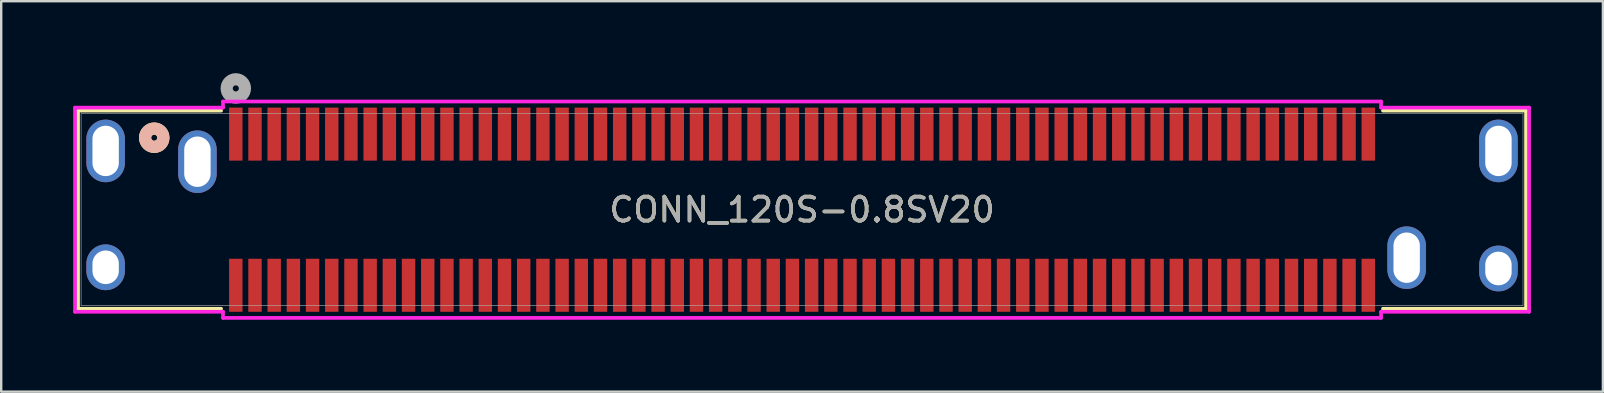
<source format=kicad_pcb>
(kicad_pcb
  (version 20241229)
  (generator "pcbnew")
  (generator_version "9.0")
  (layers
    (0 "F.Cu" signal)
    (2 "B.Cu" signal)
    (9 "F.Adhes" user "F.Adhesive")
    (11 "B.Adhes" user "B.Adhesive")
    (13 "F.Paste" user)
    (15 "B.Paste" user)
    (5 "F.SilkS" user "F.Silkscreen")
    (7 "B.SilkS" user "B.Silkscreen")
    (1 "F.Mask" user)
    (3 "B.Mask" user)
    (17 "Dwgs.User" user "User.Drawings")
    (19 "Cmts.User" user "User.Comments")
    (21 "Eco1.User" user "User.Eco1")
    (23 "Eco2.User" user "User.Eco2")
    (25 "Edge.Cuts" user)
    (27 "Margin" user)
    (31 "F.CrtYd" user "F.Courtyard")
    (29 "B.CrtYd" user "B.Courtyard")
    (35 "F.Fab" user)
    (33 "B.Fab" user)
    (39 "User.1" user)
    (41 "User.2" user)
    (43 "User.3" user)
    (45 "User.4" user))
  (footprint "CONN_120S-0.8SV20"
    (layer "F.Cu")
    (at 30.378 5.69)
    (property "Reference" "CONN_120S-0.8SV20" (at 0 0 0) (unlocked yes) (layer "F.SilkS") (effects (font (size 1 1) (thickness 0.15))))
    (attr smd)
    (fp_line (start -30.175 -4.128) (end -30.175 4.128) (stroke (width 0.152) (type solid)) (layer "F.SilkS"))
    (fp_line (start -30.175 4.128) (end -24.212 4.128) (stroke (width 0.152) (type solid)) (layer "F.SilkS"))
    (fp_line (start -24.212 -4.128) (end -30.175 -4.128) (stroke (width 0.152) (type solid)) (layer "F.SilkS"))
    (fp_line (start 24.212 4.128) (end 30.175 4.128) (stroke (width 0.152) (type solid)) (layer "F.SilkS"))
    (fp_line (start 30.175 -4.128) (end 24.212 -4.128) (stroke (width 0.152) (type solid)) (layer "F.SilkS"))
    (fp_line (start 30.175 4.128) (end 30.175 -4.128) (stroke (width 0.152) (type solid)) (layer "F.SilkS"))
    (fp_circle (center -27 -3) (end -26.619 -3) (stroke (width 0.508) (type solid)) (fill no) (layer "F.SilkS"))
    (fp_circle (center -27 -3) (end -26.619 -3) (stroke (width 0.508) (type solid)) (fill no) (layer "B.SilkS"))
    (fp_line (start -30.302 -4.255) (end -30.302 4.255) (stroke (width 0.152) (type solid)) (layer "F.CrtYd"))
    (fp_line (start -30.302 4.255) (end -24.133 4.255) (stroke (width 0.152) (type solid)) (layer "F.CrtYd"))
    (fp_line (start -24.133 -4.509) (end -24.133 -4.255) (stroke (width 0.152) (type solid)) (layer "F.CrtYd"))
    (fp_line (start -24.133 -4.255) (end -30.302 -4.255) (stroke (width 0.152) (type solid)) (layer "F.CrtYd"))
    (fp_line (start -24.133 4.255) (end -24.133 4.509) (stroke (width 0.152) (type solid)) (layer "F.CrtYd"))
    (fp_line (start -24.133 4.509) (end 24.133 4.509) (stroke (width 0.152) (type solid)) (layer "F.CrtYd"))
    (fp_line (start 24.133 -4.509) (end -24.133 -4.509) (stroke (width 0.152) (type solid)) (layer "F.CrtYd"))
    (fp_line (start 24.133 -4.255) (end 24.133 -4.509) (stroke (width 0.152) (type solid)) (layer "F.CrtYd"))
    (fp_line (start 24.133 4.255) (end 30.302 4.255) (stroke (width 0.152) (type solid)) (layer "F.CrtYd"))
    (fp_line (start 24.133 4.509) (end 24.133 4.255) (stroke (width 0.152) (type solid)) (layer "F.CrtYd"))
    (fp_line (start 30.302 -4.255) (end 24.133 -4.255) (stroke (width 0.152) (type solid)) (layer "F.CrtYd"))
    (fp_line (start 30.302 4.255) (end 30.302 -4.255) (stroke (width 0.152) (type solid)) (layer "F.CrtYd"))
    (fp_line (start -30.048 -4) (end -30.048 4) (stroke (width 0.025) (type solid)) (layer "F.Fab"))
    (fp_line (start -30.048 4) (end 30.048 4) (stroke (width 0.025) (type solid)) (layer "F.Fab"))
    (fp_line (start 30.048 -4) (end -30.048 -4) (stroke (width 0.025) (type solid)) (layer "F.Fab"))
    (fp_line (start 30.048 4) (end 30.048 -4) (stroke (width 0.025) (type solid)) (layer "F.Fab"))
    (fp_circle (center -23.6 -5.055) (end -23.219 -5.055) (stroke (width 0.508) (type solid)) (fill no) (layer "F.Fab"))
    (fp_text user "${REFERENCE}" (at 0 0 0) (unlocked yes) (layer "F.Fab") (effects (font (size 1 1) (thickness 0.15))))
    (pad "1" smd rect (at -23.6 -3.15) (size 0.559 2.21) (layers "F.Cu" "F.Mask" "F.Paste"))
    (pad "2" smd rect (at -22.8 -3.15) (size 0.559 2.21) (layers "F.Cu" "F.Mask" "F.Paste"))
    (pad "3" smd rect (at -22 -3.15) (size 0.559 2.21) (layers "F.Cu" "F.Mask" "F.Paste"))
    (pad "4" smd rect (at -21.2 -3.15) (size 0.559 2.21) (layers "F.Cu" "F.Mask" "F.Paste"))
    (pad "5" smd rect (at -20.4 -3.15) (size 0.559 2.21) (layers "F.Cu" "F.Mask" "F.Paste"))
    (pad "6" smd rect (at -19.6 -3.15) (size 0.559 2.21) (layers "F.Cu" "F.Mask" "F.Paste"))
    (pad "7" smd rect (at -18.8 -3.15) (size 0.559 2.21) (layers "F.Cu" "F.Mask" "F.Paste"))
    (pad "8" smd rect (at -18 -3.15) (size 0.559 2.21) (layers "F.Cu" "F.Mask" "F.Paste"))
    (pad "9" smd rect (at -17.2 -3.15) (size 0.559 2.21) (layers "F.Cu" "F.Mask" "F.Paste"))
    (pad "10" smd rect (at -16.4 -3.15) (size 0.559 2.21) (layers "F.Cu" "F.Mask" "F.Paste"))
    (pad "11" smd rect (at -15.6 -3.15) (size 0.559 2.21) (layers "F.Cu" "F.Mask" "F.Paste"))
    (pad "12" smd rect (at -14.8 -3.15) (size 0.559 2.21) (layers "F.Cu" "F.Mask" "F.Paste"))
    (pad "13" smd rect (at -14 -3.15) (size 0.559 2.21) (layers "F.Cu" "F.Mask" "F.Paste"))
    (pad "14" smd rect (at -13.2 -3.15) (size 0.559 2.21) (layers "F.Cu" "F.Mask" "F.Paste"))
    (pad "15" smd rect (at -12.4 -3.15) (size 0.559 2.21) (layers "F.Cu" "F.Mask" "F.Paste"))
    (pad "16" smd rect (at -11.6 -3.15) (size 0.559 2.21) (layers "F.Cu" "F.Mask" "F.Paste"))
    (pad "17" smd rect (at -10.8 -3.15) (size 0.559 2.21) (layers "F.Cu" "F.Mask" "F.Paste"))
    (pad "18" smd rect (at -10 -3.15) (size 0.559 2.21) (layers "F.Cu" "F.Mask" "F.Paste"))
    (pad "19" smd rect (at -9.2 -3.15) (size 0.559 2.21) (layers "F.Cu" "F.Mask" "F.Paste"))
    (pad "20" smd rect (at -8.4 -3.15) (size 0.559 2.21) (layers "F.Cu" "F.Mask" "F.Paste"))
    (pad "21" smd rect (at -7.6 -3.15) (size 0.559 2.21) (layers "F.Cu" "F.Mask" "F.Paste"))
    (pad "22" smd rect (at -6.8 -3.15) (size 0.559 2.21) (layers "F.Cu" "F.Mask" "F.Paste"))
    (pad "23" smd rect (at -6 -3.15) (size 0.559 2.21) (layers "F.Cu" "F.Mask" "F.Paste"))
    (pad "24" smd rect (at -5.2 -3.15) (size 0.559 2.21) (layers "F.Cu" "F.Mask" "F.Paste"))
    (pad "25" smd rect (at -4.4 -3.15) (size 0.559 2.21) (layers "F.Cu" "F.Mask" "F.Paste"))
    (pad "26" smd rect (at -3.6 -3.15) (size 0.559 2.21) (layers "F.Cu" "F.Mask" "F.Paste"))
    (pad "27" smd rect (at -2.8 -3.15) (size 0.559 2.21) (layers "F.Cu" "F.Mask" "F.Paste"))
    (pad "28" smd rect (at -2 -3.15) (size 0.559 2.21) (layers "F.Cu" "F.Mask" "F.Paste"))
    (pad "29" smd rect (at -1.2 -3.15) (size 0.559 2.21) (layers "F.Cu" "F.Mask" "F.Paste"))
    (pad "30" smd rect (at -0.4 -3.15) (size 0.559 2.21) (layers "F.Cu" "F.Mask" "F.Paste"))
    (pad "31" smd rect (at 0.4 -3.15) (size 0.559 2.21) (layers "F.Cu" "F.Mask" "F.Paste"))
    (pad "32" smd rect (at 1.2 -3.15) (size 0.559 2.21) (layers "F.Cu" "F.Mask" "F.Paste"))
    (pad "33" smd rect (at 2 -3.15) (size 0.559 2.21) (layers "F.Cu" "F.Mask" "F.Paste"))
    (pad "34" smd rect (at 2.8 -3.15) (size 0.559 2.21) (layers "F.Cu" "F.Mask" "F.Paste"))
    (pad "35" smd rect (at 3.6 -3.15) (size 0.559 2.21) (layers "F.Cu" "F.Mask" "F.Paste"))
    (pad "36" smd rect (at 4.4 -3.15) (size 0.559 2.21) (layers "F.Cu" "F.Mask" "F.Paste"))
    (pad "37" smd rect (at 5.2 -3.15) (size 0.559 2.21) (layers "F.Cu" "F.Mask" "F.Paste"))
    (pad "38" smd rect (at 6 -3.15) (size 0.559 2.21) (layers "F.Cu" "F.Mask" "F.Paste"))
    (pad "39" smd rect (at 6.8 -3.15) (size 0.559 2.21) (layers "F.Cu" "F.Mask" "F.Paste"))
    (pad "40" smd rect (at 7.6 -3.15) (size 0.559 2.21) (layers "F.Cu" "F.Mask" "F.Paste"))
    (pad "41" smd rect (at 8.4 -3.15) (size 0.559 2.21) (layers "F.Cu" "F.Mask" "F.Paste"))
    (pad "42" smd rect (at 9.2 -3.15) (size 0.559 2.21) (layers "F.Cu" "F.Mask" "F.Paste"))
    (pad "43" smd rect (at 10 -3.15) (size 0.559 2.21) (layers "F.Cu" "F.Mask" "F.Paste"))
    (pad "44" smd rect (at 10.8 -3.15) (size 0.559 2.21) (layers "F.Cu" "F.Mask" "F.Paste"))
    (pad "45" smd rect (at 11.6 -3.15) (size 0.559 2.21) (layers "F.Cu" "F.Mask" "F.Paste"))
    (pad "46" smd rect (at 12.4 -3.15) (size 0.559 2.21) (layers "F.Cu" "F.Mask" "F.Paste"))
    (pad "47" smd rect (at 13.2 -3.15) (size 0.559 2.21) (layers "F.Cu" "F.Mask" "F.Paste"))
    (pad "48" smd rect (at 14 -3.15) (size 0.559 2.21) (layers "F.Cu" "F.Mask" "F.Paste"))
    (pad "49" smd rect (at 14.8 -3.15) (size 0.559 2.21) (layers "F.Cu" "F.Mask" "F.Paste"))
    (pad "50" smd rect (at 15.6 -3.15) (size 0.559 2.21) (layers "F.Cu" "F.Mask" "F.Paste"))
    (pad "51" smd rect (at 16.4 -3.15) (size 0.559 2.21) (layers "F.Cu" "F.Mask" "F.Paste"))
    (pad "52" smd rect (at 17.2 -3.15) (size 0.559 2.21) (layers "F.Cu" "F.Mask" "F.Paste"))
    (pad "53" smd rect (at 18 -3.15) (size 0.559 2.21) (layers "F.Cu" "F.Mask" "F.Paste"))
    (pad "54" smd rect (at 18.8 -3.15) (size 0.559 2.21) (layers "F.Cu" "F.Mask" "F.Paste"))
    (pad "55" smd rect (at 19.6 -3.15) (size 0.559 2.21) (layers "F.Cu" "F.Mask" "F.Paste"))
    (pad "56" smd rect (at 20.4 -3.15) (size 0.559 2.21) (layers "F.Cu" "F.Mask" "F.Paste"))
    (pad "57" smd rect (at 21.2 -3.15) (size 0.559 2.21) (layers "F.Cu" "F.Mask" "F.Paste"))
    (pad "58" smd rect (at 22 -3.15) (size 0.559 2.21) (layers "F.Cu" "F.Mask" "F.Paste"))
    (pad "59" smd rect (at 22.8 -3.15) (size 0.559 2.21) (layers "F.Cu" "F.Mask" "F.Paste"))
    (pad "60" smd rect (at 23.6 -3.15) (size 0.559 2.21) (layers "F.Cu" "F.Mask" "F.Paste"))
    (pad "61" smd rect (at -23.6 3.15) (size 0.559 2.21) (layers "F.Cu" "F.Mask" "F.Paste"))
    (pad "62" smd rect (at -22.8 3.15) (size 0.559 2.21) (layers "F.Cu" "F.Mask" "F.Paste"))
    (pad "63" smd rect (at -22 3.15) (size 0.559 2.21) (layers "F.Cu" "F.Mask" "F.Paste"))
    (pad "64" smd rect (at -21.2 3.15) (size 0.559 2.21) (layers "F.Cu" "F.Mask" "F.Paste"))
    (pad "65" smd rect (at -20.4 3.15) (size 0.559 2.21) (layers "F.Cu" "F.Mask" "F.Paste"))
    (pad "66" smd rect (at -19.6 3.15) (size 0.559 2.21) (layers "F.Cu" "F.Mask" "F.Paste"))
    (pad "67" smd rect (at -18.8 3.15) (size 0.559 2.21) (layers "F.Cu" "F.Mask" "F.Paste"))
    (pad "68" smd rect (at -18 3.15) (size 0.559 2.21) (layers "F.Cu" "F.Mask" "F.Paste"))
    (pad "69" smd rect (at -17.2 3.15) (size 0.559 2.21) (layers "F.Cu" "F.Mask" "F.Paste"))
    (pad "70" smd rect (at -16.4 3.15) (size 0.559 2.21) (layers "F.Cu" "F.Mask" "F.Paste"))
    (pad "71" smd rect (at -15.6 3.15) (size 0.559 2.21) (layers "F.Cu" "F.Mask" "F.Paste"))
    (pad "72" smd rect (at -14.8 3.15) (size 0.559 2.21) (layers "F.Cu" "F.Mask" "F.Paste"))
    (pad "73" smd rect (at -14 3.15) (size 0.559 2.21) (layers "F.Cu" "F.Mask" "F.Paste"))
    (pad "74" smd rect (at -13.2 3.15) (size 0.559 2.21) (layers "F.Cu" "F.Mask" "F.Paste"))
    (pad "75" smd rect (at -12.4 3.15) (size 0.559 2.21) (layers "F.Cu" "F.Mask" "F.Paste"))
    (pad "76" smd rect (at -11.6 3.15) (size 0.559 2.21) (layers "F.Cu" "F.Mask" "F.Paste"))
    (pad "77" smd rect (at -10.8 3.15) (size 0.559 2.21) (layers "F.Cu" "F.Mask" "F.Paste"))
    (pad "78" smd rect (at -10 3.15) (size 0.559 2.21) (layers "F.Cu" "F.Mask" "F.Paste"))
    (pad "79" smd rect (at -9.2 3.15) (size 0.559 2.21) (layers "F.Cu" "F.Mask" "F.Paste"))
    (pad "80" smd rect (at -8.4 3.15) (size 0.559 2.21) (layers "F.Cu" "F.Mask" "F.Paste"))
    (pad "81" smd rect (at -7.6 3.15) (size 0.559 2.21) (layers "F.Cu" "F.Mask" "F.Paste"))
    (pad "82" smd rect (at -6.8 3.15) (size 0.559 2.21) (layers "F.Cu" "F.Mask" "F.Paste"))
    (pad "83" smd rect (at -6 3.15) (size 0.559 2.21) (layers "F.Cu" "F.Mask" "F.Paste"))
    (pad "84" smd rect (at -5.2 3.15) (size 0.559 2.21) (layers "F.Cu" "F.Mask" "F.Paste"))
    (pad "85" smd rect (at -4.4 3.15) (size 0.559 2.21) (layers "F.Cu" "F.Mask" "F.Paste"))
    (pad "86" smd rect (at -3.6 3.15) (size 0.559 2.21) (layers "F.Cu" "F.Mask" "F.Paste"))
    (pad "87" smd rect (at -2.8 3.15) (size 0.559 2.21) (layers "F.Cu" "F.Mask" "F.Paste"))
    (pad "88" smd rect (at -2 3.15) (size 0.559 2.21) (layers "F.Cu" "F.Mask" "F.Paste"))
    (pad "89" smd rect (at -1.2 3.15) (size 0.559 2.21) (layers "F.Cu" "F.Mask" "F.Paste"))
    (pad "90" smd rect (at -0.4 3.15) (size 0.559 2.21) (layers "F.Cu" "F.Mask" "F.Paste"))
    (pad "91" smd rect (at 0.4 3.15) (size 0.559 2.21) (layers "F.Cu" "F.Mask" "F.Paste"))
    (pad "92" smd rect (at 1.2 3.15) (size 0.559 2.21) (layers "F.Cu" "F.Mask" "F.Paste"))
    (pad "93" smd rect (at 2 3.15) (size 0.559 2.21) (layers "F.Cu" "F.Mask" "F.Paste"))
    (pad "94" smd rect (at 2.8 3.15) (size 0.559 2.21) (layers "F.Cu" "F.Mask" "F.Paste"))
    (pad "95" smd rect (at 3.6 3.15) (size 0.559 2.21) (layers "F.Cu" "F.Mask" "F.Paste"))
    (pad "96" smd rect (at 4.4 3.15) (size 0.559 2.21) (layers "F.Cu" "F.Mask" "F.Paste"))
    (pad "97" smd rect (at 5.2 3.15) (size 0.559 2.21) (layers "F.Cu" "F.Mask" "F.Paste"))
    (pad "98" smd rect (at 6 3.15) (size 0.559 2.21) (layers "F.Cu" "F.Mask" "F.Paste"))
    (pad "99" smd rect (at 6.8 3.15) (size 0.559 2.21) (layers "F.Cu" "F.Mask" "F.Paste"))
    (pad "100" smd rect (at 7.6 3.15) (size 0.559 2.21) (layers "F.Cu" "F.Mask" "F.Paste"))
    (pad "101" smd rect (at 8.4 3.15) (size 0.559 2.21) (layers "F.Cu" "F.Mask" "F.Paste"))
    (pad "102" smd rect (at 9.2 3.15) (size 0.559 2.21) (layers "F.Cu" "F.Mask" "F.Paste"))
    (pad "103" smd rect (at 10 3.15) (size 0.559 2.21) (layers "F.Cu" "F.Mask" "F.Paste"))
    (pad "104" smd rect (at 10.8 3.15) (size 0.559 2.21) (layers "F.Cu" "F.Mask" "F.Paste"))
    (pad "105" smd rect (at 11.6 3.15) (size 0.559 2.21) (layers "F.Cu" "F.Mask" "F.Paste"))
    (pad "106" smd rect (at 12.4 3.15) (size 0.559 2.21) (layers "F.Cu" "F.Mask" "F.Paste"))
    (pad "107" smd rect (at 13.2 3.15) (size 0.559 2.21) (layers "F.Cu" "F.Mask" "F.Paste"))
    (pad "108" smd rect (at 14 3.15) (size 0.559 2.21) (layers "F.Cu" "F.Mask" "F.Paste"))
    (pad "109" smd rect (at 14.8 3.15) (size 0.559 2.21) (layers "F.Cu" "F.Mask" "F.Paste"))
    (pad "110" smd rect (at 15.6 3.15) (size 0.559 2.21) (layers "F.Cu" "F.Mask" "F.Paste"))
    (pad "111" smd rect (at 16.4 3.15) (size 0.559 2.21) (layers "F.Cu" "F.Mask" "F.Paste"))
    (pad "112" smd rect (at 17.2 3.15) (size 0.559 2.21) (layers "F.Cu" "F.Mask" "F.Paste"))
    (pad "113" smd rect (at 18 3.15) (size 0.559 2.21) (layers "F.Cu" "F.Mask" "F.Paste"))
    (pad "114" smd rect (at 18.8 3.15) (size 0.559 2.21) (layers "F.Cu" "F.Mask" "F.Paste"))
    (pad "115" smd rect (at 19.6 3.15) (size 0.559 2.21) (layers "F.Cu" "F.Mask" "F.Paste"))
    (pad "116" smd rect (at 20.4 3.15) (size 0.559 2.21) (layers "F.Cu" "F.Mask" "F.Paste"))
    (pad "117" smd rect (at 21.2 3.15) (size 0.559 2.21) (layers "F.Cu" "F.Mask" "F.Paste"))
    (pad "118" smd rect (at 22 3.15) (size 0.559 2.21) (layers "F.Cu" "F.Mask" "F.Paste"))
    (pad "119" smd rect (at 22.8 3.15) (size 0.559 2.21) (layers "F.Cu" "F.Mask" "F.Paste"))
    (pad "120" smd rect (at 23.6 3.15) (size 0.559 2.21) (layers "F.Cu" "F.Mask" "F.Paste"))
    (pad "121" thru_hole oval (at -29.025 2.4 90) (size 1.908 1.608) (drill oval 1.4 1.1) (layers "*.Cu" "*.Mask"))
    (pad "122" thru_hole oval (at -29.025 -2.45 90) (size 2.608 1.608) (drill oval 2.1 1.1) (layers "*.Cu" "*.Mask"))
    (pad "123" thru_hole oval (at -25.2 -2 90) (size 2.608 1.608) (drill oval 2.1 1.1) (layers "*.Cu" "*.Mask"))
    (pad "124" thru_hole oval (at 25.2 2 90) (size 2.608 1.608) (drill oval 2.1 1.1) (layers "*.Cu" "*.Mask"))
    (pad "125" thru_hole oval (at 29.025 2.45 90) (size 1.908 1.608) (drill oval 1.4 1.1) (layers "*.Cu" "*.Mask"))
    (pad "126" thru_hole oval (at 29.025 -2.45 90) (size 2.608 1.608) (drill oval 2.1 1.1) (layers "*.Cu" "*.Mask")))
  (gr_rect
    (start -3 -3)
    (end 63.757 13.275)
    (stroke (width 0.1) (type default))
    (fill no)
    (layer "Edge.Cuts")))
</source>
